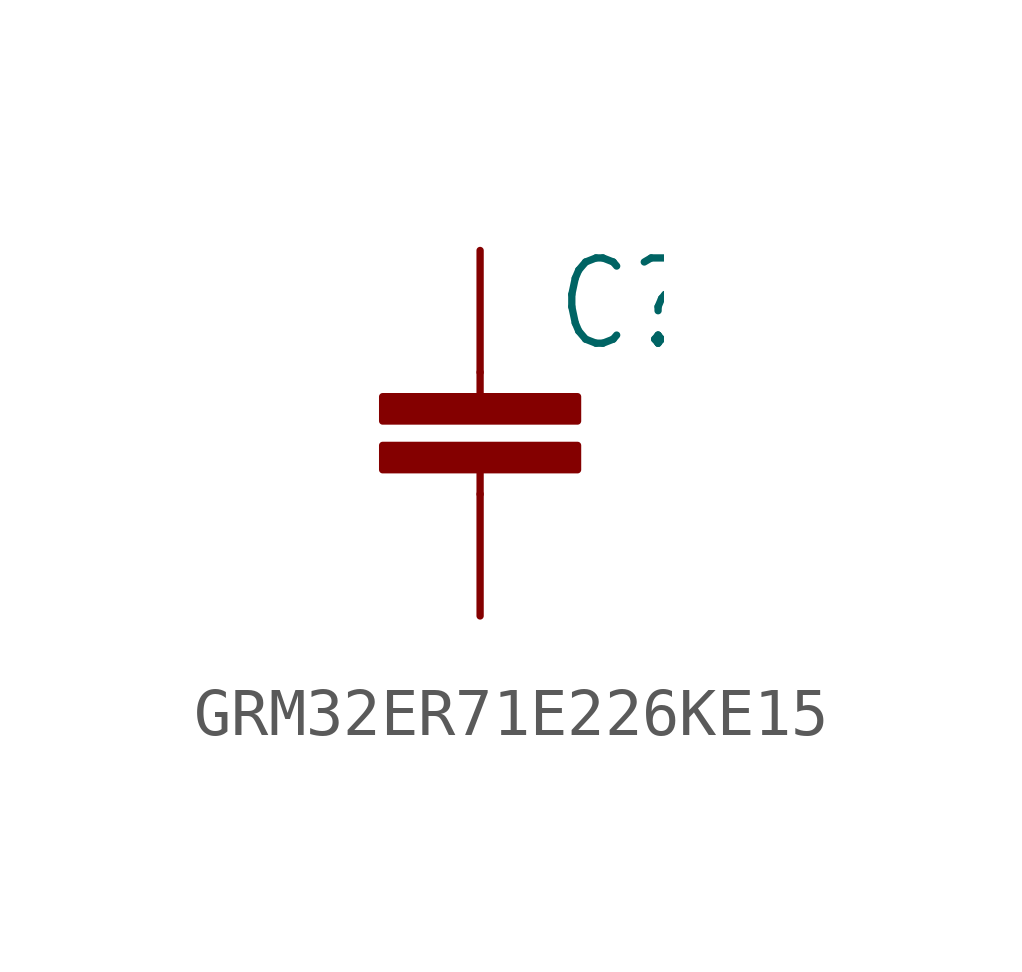
<source format=kicad_sym>
(kicad_symbol_lib
  (version 20220914)
  (generator kicad_symbol_editor)
  (symbol "GRM32ER71E226KE15"
    (property "Reference" "C"
      (at 1.524 0.381 0)
      (effects (font (size 1.778 1.511)) (justify left bottom)))
    (property "Value" ""
      (at 1.524 -4.699 0)
      (effects (font (size 1.778 1.511)) (justify left bottom)))
    (property "ki_locked" ""
      (at 0 0 0)
      (effects (font (size 1.27 1.27))))
    (symbol "GRM32ER71E226KE15_1_0"
      (rectangle (start -2.032 -2.032) (end 2.032 -1.524) (stroke (width 0) (type default)) (fill (type outline)))
      (rectangle (start -2.032 -1.016) (end 2.032 -0.508) (stroke (width 0) (type default)) (fill (type outline)))
      (polyline (pts (xy 0 -2.54) (xy 0 -2.032)) (stroke (width 0.152) (type solid)) (fill (type none)))
      (polyline (pts (xy 0 0) (xy 0 -0.508)) (stroke (width 0.152) (type solid)) (fill (type none)))
      (pin passive line (at 0 2.54 270) (length 2.54) (name "1" (effects (font (size 0 0)))) (number "L" (effects (font (size 0 0)))))
      (pin passive line (at 0 -5.08 90) (length 2.54) (name "2" (effects (font (size 0 0)))) (number "R" (effects (font (size 0 0))))))))
</source>
